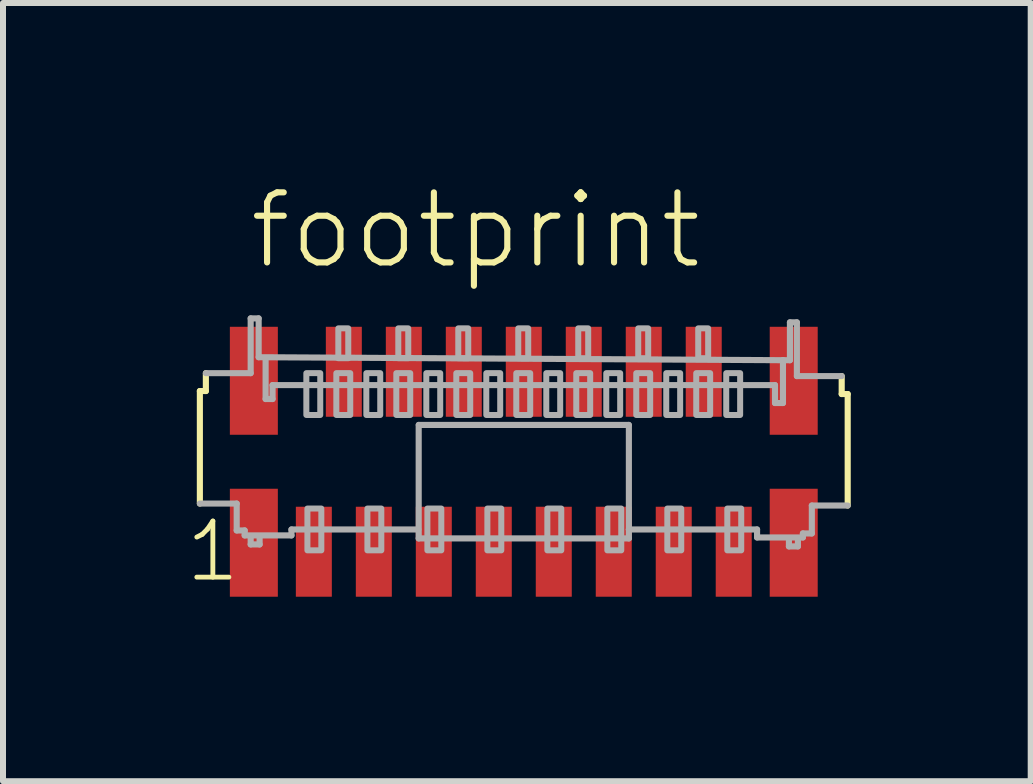
<source format=kicad_pcb>
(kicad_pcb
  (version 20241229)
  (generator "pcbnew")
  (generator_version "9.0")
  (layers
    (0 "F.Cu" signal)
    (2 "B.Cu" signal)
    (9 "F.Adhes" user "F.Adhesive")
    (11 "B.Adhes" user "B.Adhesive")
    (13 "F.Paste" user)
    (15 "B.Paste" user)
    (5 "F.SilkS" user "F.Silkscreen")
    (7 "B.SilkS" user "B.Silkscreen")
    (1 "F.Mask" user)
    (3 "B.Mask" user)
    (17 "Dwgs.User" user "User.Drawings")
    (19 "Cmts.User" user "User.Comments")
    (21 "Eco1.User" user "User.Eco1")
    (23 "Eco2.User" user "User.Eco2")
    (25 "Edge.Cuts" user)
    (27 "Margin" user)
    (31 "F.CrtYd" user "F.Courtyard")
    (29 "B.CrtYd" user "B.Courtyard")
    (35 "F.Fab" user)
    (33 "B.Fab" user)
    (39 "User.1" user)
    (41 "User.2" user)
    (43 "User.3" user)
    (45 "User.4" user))
  (footprint "footprint"
    (layer "F.Cu")
    (at 5.682 4.648)
    (property "Reference" "footprint" (at -4.625 -3.175 0) (layer "F.SilkS") (effects (font (size 1.168 1.168) (thickness 0.102)) (justify left bottom)))
    (fp_poly (pts (xy -4.9 -0.45) (xy -4.1 -0.45) (xy -4.1 -2.25) (xy -4.9 -2.25)) (stroke (width 0) (type solid)) (fill yes) (layer "F.Cu"))
    (fp_poly (pts (xy -4.9 2.25) (xy -4.1 2.25) (xy -4.1 0.45) (xy -4.9 0.45)) (stroke (width 0) (type solid)) (fill yes) (layer "F.Cu"))
    (fp_poly (pts (xy 4.9 -2.25) (xy 4.1 -2.25) (xy 4.1 -0.45) (xy 4.9 -0.45)) (stroke (width 0) (type solid)) (fill yes) (layer "F.Cu"))
    (fp_poly (pts (xy 4.9 0.45) (xy 4.1 0.45) (xy 4.1 2.25) (xy 4.9 2.25)) (stroke (width 0) (type solid)) (fill yes) (layer "F.Cu"))
    (fp_poly (pts (xy -4.975 -0.375) (xy -4.025 -0.375) (xy -4.025 -2.325) (xy -4.975 -2.325)) (stroke (width 0) (type solid)) (fill yes) (layer "F.Mask"))
    (fp_poly (pts (xy -4.975 2.325) (xy -4.025 2.325) (xy -4.025 0.375) (xy -4.975 0.375)) (stroke (width 0) (type solid)) (fill yes) (layer "F.Mask"))
    (fp_poly (pts (xy -3.85 2.3) (xy -3.15 2.3) (xy -3.15 0.7) (xy -3.85 0.7)) (stroke (width 0) (type solid)) (fill yes) (layer "F.Mask"))
    (fp_poly (pts (xy -3.35 -0.7) (xy -2.65 -0.7) (xy -2.65 -2.3) (xy -3.35 -2.3)) (stroke (width 0) (type solid)) (fill yes) (layer "F.Mask"))
    (fp_poly (pts (xy -2.85 2.3) (xy -2.15 2.3) (xy -2.15 0.7) (xy -2.85 0.7)) (stroke (width 0) (type solid)) (fill yes) (layer "F.Mask"))
    (fp_poly (pts (xy -2.35 -0.7) (xy -1.65 -0.7) (xy -1.65 -2.3) (xy -2.35 -2.3)) (stroke (width 0) (type solid)) (fill yes) (layer "F.Mask"))
    (fp_poly (pts (xy -1.85 2.3) (xy -1.15 2.3) (xy -1.15 0.7) (xy -1.85 0.7)) (stroke (width 0) (type solid)) (fill yes) (layer "F.Mask"))
    (fp_poly (pts (xy -1.35 -0.7) (xy -0.65 -0.7) (xy -0.65 -2.3) (xy -1.35 -2.3)) (stroke (width 0) (type solid)) (fill yes) (layer "F.Mask"))
    (fp_poly (pts (xy -0.85 2.3) (xy -0.15 2.3) (xy -0.15 0.7) (xy -0.85 0.7)) (stroke (width 0) (type solid)) (fill yes) (layer "F.Mask"))
    (fp_poly (pts (xy -0.35 -0.7) (xy 0.35 -0.7) (xy 0.35 -2.3) (xy -0.35 -2.3)) (stroke (width 0) (type solid)) (fill yes) (layer "F.Mask"))
    (fp_poly (pts (xy 0.15 2.3) (xy 0.85 2.3) (xy 0.85 0.7) (xy 0.15 0.7)) (stroke (width 0) (type solid)) (fill yes) (layer "F.Mask"))
    (fp_poly (pts (xy 0.65 -0.7) (xy 1.35 -0.7) (xy 1.35 -2.3) (xy 0.65 -2.3)) (stroke (width 0) (type solid)) (fill yes) (layer "F.Mask"))
    (fp_poly (pts (xy 1.15 2.3) (xy 1.85 2.3) (xy 1.85 0.7) (xy 1.15 0.7)) (stroke (width 0) (type solid)) (fill yes) (layer "F.Mask"))
    (fp_poly (pts (xy 1.65 -0.7) (xy 2.35 -0.7) (xy 2.35 -2.3) (xy 1.65 -2.3)) (stroke (width 0) (type solid)) (fill yes) (layer "F.Mask"))
    (fp_poly (pts (xy 2.15 2.3) (xy 2.85 2.3) (xy 2.85 0.7) (xy 2.15 0.7)) (stroke (width 0) (type solid)) (fill yes) (layer "F.Mask"))
    (fp_poly (pts (xy 2.65 -0.7) (xy 3.35 -0.7) (xy 3.35 -2.3) (xy 2.65 -2.3)) (stroke (width 0) (type solid)) (fill yes) (layer "F.Mask"))
    (fp_poly (pts (xy 3.15 2.3) (xy 3.85 2.3) (xy 3.85 0.7) (xy 3.15 0.7)) (stroke (width 0) (type solid)) (fill yes) (layer "F.Mask"))
    (fp_poly (pts (xy 4.975 -2.325) (xy 4.025 -2.325) (xy 4.025 -0.375) (xy 4.975 -0.375)) (stroke (width 0) (type solid)) (fill yes) (layer "F.Mask"))
    (fp_poly (pts (xy 4.975 0.375) (xy 4.025 0.375) (xy 4.025 2.325) (xy 4.975 2.325)) (stroke (width 0) (type solid)) (fill yes) (layer "F.Mask"))
    (fp_line (start -5.4 -1.179) (end -5.3 -1.179) (stroke (width 0.102) (type solid)) (layer "F.SilkS"))
    (fp_line (start -5.4 0.697) (end -5.4 -1.179) (stroke (width 0.102) (type solid)) (layer "F.SilkS"))
    (fp_line (start -5.3 -1.179) (end -5.3 -1.477) (stroke (width 0.102) (type solid)) (layer "F.SilkS"))
    (fp_line (start 5.3 -1.428) (end 5.3 -1.129) (stroke (width 0.102) (type solid)) (layer "F.SilkS"))
    (fp_line (start 5.3 -1.129) (end 5.4 -1.129) (stroke (width 0.102) (type solid)) (layer "F.SilkS"))
    (fp_line (start 5.4 -1.129) (end 5.4 0.73) (stroke (width 0.102) (type solid)) (layer "F.SilkS"))
    (fp_line (start -5.3 -1.477) (end -4.553 -1.477) (stroke (width 0.102) (type solid)) (layer "F.Fab"))
    (fp_line (start -4.786 0.697) (end -5.4 0.697) (stroke (width 0.102) (type solid)) (layer "F.Fab"))
    (fp_line (start -4.786 1.145) (end -4.786 0.697) (stroke (width 0.102) (type solid)) (layer "F.Fab"))
    (fp_line (start -4.653 1.145) (end -4.786 1.145) (stroke (width 0.102) (type solid)) (layer "F.Fab"))
    (fp_line (start -4.653 1.228) (end -4.653 1.145) (stroke (width 0.102) (type solid)) (layer "F.Fab"))
    (fp_line (start -4.553 -2.39) (end -4.42 -2.39) (stroke (width 0.102) (type solid)) (layer "F.Fab"))
    (fp_line (start -4.553 -1.477) (end -4.553 -2.39) (stroke (width 0.102) (type solid)) (layer "F.Fab"))
    (fp_line (start -4.553 1.278) (end -4.553 1.378) (stroke (width 0.102) (type solid)) (layer "F.Fab"))
    (fp_line (start -4.553 1.378) (end -4.404 1.378) (stroke (width 0.102) (type solid)) (layer "F.Fab"))
    (fp_line (start -4.42 -2.39) (end -4.42 -1.743) (stroke (width 0.102) (type solid)) (layer "F.Fab"))
    (fp_line (start -4.404 1.378) (end -4.404 1.278) (stroke (width 0.102) (type solid)) (layer "F.Fab"))
    (fp_line (start -4.304 -1.71) (end -4.304 -1.046) (stroke (width 0.102) (type solid)) (layer "F.Fab"))
    (fp_line (start -4.304 -1.046) (end -4.188 -1.046) (stroke (width 0.102) (type solid)) (layer "F.Fab"))
    (fp_line (start -4.188 -1.278) (end 4.188 -1.278) (stroke (width 0.102) (type solid)) (layer "F.Fab"))
    (fp_line (start -4.188 -1.046) (end -4.188 -1.278) (stroke (width 0.102) (type solid)) (layer "F.Fab"))
    (fp_line (start -3.873 1.129) (end -3.873 1.228) (stroke (width 0.102) (type solid)) (layer "F.Fab"))
    (fp_line (start -3.873 1.228) (end -4.653 1.228) (stroke (width 0.102) (type solid)) (layer "F.Fab"))
    (fp_line (start -1.758 1.129) (end -3.873 1.129) (stroke (width 0.102) (type solid)) (layer "F.Fab"))
    (fp_line (start -1.752 1.278) (end -1.752 -0.614) (stroke (width 0.102) (type solid)) (layer "F.Fab"))
    (fp_line (start -1.75 -0.614) (end 1.75 -0.614) (stroke (width 0.102) (type solid)) (layer "F.Fab"))
    (fp_line (start 1.752 -0.614) (end 1.752 1.129) (stroke (width 0.102) (type solid)) (layer "F.Fab"))
    (fp_line (start 1.752 1.129) (end 1.752 1.278) (stroke (width 0.102) (type solid)) (layer "F.Fab"))
    (fp_line (start 1.752 1.278) (end -1.752 1.278) (stroke (width 0.102) (type solid)) (layer "F.Fab"))
    (fp_line (start 3.889 1.129) (end 1.752 1.129) (stroke (width 0.102) (type solid)) (layer "F.Fab"))
    (fp_line (start 3.889 1.262) (end 3.889 1.129) (stroke (width 0.102) (type solid)) (layer "F.Fab"))
    (fp_line (start 4.188 -1.278) (end 4.188 -0.979) (stroke (width 0.102) (type solid)) (layer "F.Fab"))
    (fp_line (start 4.188 -0.979) (end 4.321 -0.979) (stroke (width 0.102) (type solid)) (layer "F.Fab"))
    (fp_line (start 4.321 -1.693) (end -4.42 -1.743) (stroke (width 0.102) (type solid)) (layer "F.Fab"))
    (fp_line (start 4.321 -0.979) (end 4.321 -1.693) (stroke (width 0.102) (type solid)) (layer "F.Fab"))
    (fp_line (start 4.42 1.311) (end 4.42 1.411) (stroke (width 0.102) (type solid)) (layer "F.Fab"))
    (fp_line (start 4.42 1.411) (end 4.57 1.411) (stroke (width 0.102) (type solid)) (layer "F.Fab"))
    (fp_line (start 4.437 -2.324) (end 4.437 -1.693) (stroke (width 0.102) (type solid)) (layer "F.Fab"))
    (fp_line (start 4.437 -2.324) (end 4.553 -2.324) (stroke (width 0.102) (type solid)) (layer "F.Fab"))
    (fp_line (start 4.437 -1.693) (end 4.321 -1.693) (stroke (width 0.102) (type solid)) (layer "F.Fab"))
    (fp_line (start 4.553 -2.324) (end 4.553 -1.428) (stroke (width 0.102) (type solid)) (layer "F.Fab"))
    (fp_line (start 4.553 -1.428) (end 5.3 -1.428) (stroke (width 0.102) (type solid)) (layer "F.Fab"))
    (fp_line (start 4.57 1.411) (end 4.57 1.311) (stroke (width 0.102) (type solid)) (layer "F.Fab"))
    (fp_line (start 4.653 1.195) (end 4.653 1.262) (stroke (width 0.102) (type solid)) (layer "F.Fab"))
    (fp_line (start 4.653 1.262) (end 3.889 1.262) (stroke (width 0.102) (type solid)) (layer "F.Fab"))
    (fp_line (start 4.802 0.73) (end 4.802 1.195) (stroke (width 0.102) (type solid)) (layer "F.Fab"))
    (fp_line (start 4.802 1.195) (end 4.653 1.195) (stroke (width 0.102) (type solid)) (layer "F.Fab"))
    (fp_line (start 5.4 0.73) (end 4.802 0.73) (stroke (width 0.102) (type solid)) (layer "F.Fab"))
    (fp_poly (pts (xy -3.625 -0.78) (xy -3.393 -0.78) (xy -3.393 -1.477) (xy -3.625 -1.477)) (stroke (width 0.1) (type solid)) (fill no) (layer "F.Fab"))
    (fp_poly (pts (xy -3.375 0.78) (xy -3.607 0.78) (xy -3.607 1.477) (xy -3.375 1.477)) (stroke (width 0.1) (type solid)) (fill no) (layer "F.Fab"))
    (fp_poly (pts (xy -3.125 -0.78) (xy -2.893 -0.78) (xy -2.893 -1.477) (xy -3.125 -1.477)) (stroke (width 0.1) (type solid)) (fill no) (layer "F.Fab"))
    (fp_poly (pts (xy -3.092 -1.726) (xy -2.926 -1.726) (xy -2.926 -2.224) (xy -3.092 -2.224)) (stroke (width 0.1) (type solid)) (fill no) (layer "F.Fab"))
    (fp_poly (pts (xy -2.625 -0.78) (xy -2.393 -0.78) (xy -2.393 -1.477) (xy -2.625 -1.477)) (stroke (width 0.1) (type solid)) (fill no) (layer "F.Fab"))
    (fp_poly (pts (xy -2.375 0.78) (xy -2.607 0.78) (xy -2.607 1.477) (xy -2.375 1.477)) (stroke (width 0.1) (type solid)) (fill no) (layer "F.Fab"))
    (fp_poly (pts (xy -2.125 -0.78) (xy -1.893 -0.78) (xy -1.893 -1.477) (xy -2.125 -1.477)) (stroke (width 0.1) (type solid)) (fill no) (layer "F.Fab"))
    (fp_poly (pts (xy -2.092 -1.726) (xy -1.926 -1.726) (xy -1.926 -2.224) (xy -2.092 -2.224)) (stroke (width 0.1) (type solid)) (fill no) (layer "F.Fab"))
    (fp_poly (pts (xy -1.625 -0.78) (xy -1.393 -0.78) (xy -1.393 -1.477) (xy -1.625 -1.477)) (stroke (width 0.1) (type solid)) (fill no) (layer "F.Fab"))
    (fp_poly (pts (xy -1.375 0.78) (xy -1.607 0.78) (xy -1.607 1.477) (xy -1.375 1.477)) (stroke (width 0.1) (type solid)) (fill no) (layer "F.Fab"))
    (fp_poly (pts (xy -1.125 -0.78) (xy -0.893 -0.78) (xy -0.893 -1.477) (xy -1.125 -1.477)) (stroke (width 0.1) (type solid)) (fill no) (layer "F.Fab"))
    (fp_poly (pts (xy -1.092 -1.726) (xy -0.926 -1.726) (xy -0.926 -2.224) (xy -1.092 -2.224)) (stroke (width 0.1) (type solid)) (fill no) (layer "F.Fab"))
    (fp_poly (pts (xy -0.625 -0.78) (xy -0.393 -0.78) (xy -0.393 -1.477) (xy -0.625 -1.477)) (stroke (width 0.1) (type solid)) (fill no) (layer "F.Fab"))
    (fp_poly (pts (xy -0.375 0.78) (xy -0.607 0.78) (xy -0.607 1.477) (xy -0.375 1.477)) (stroke (width 0.1) (type solid)) (fill no) (layer "F.Fab"))
    (fp_poly (pts (xy -0.125 -0.78) (xy 0.107 -0.78) (xy 0.107 -1.477) (xy -0.125 -1.477)) (stroke (width 0.1) (type solid)) (fill no) (layer "F.Fab"))
    (fp_poly (pts (xy -0.092 -1.726) (xy 0.074 -1.726) (xy 0.074 -2.224) (xy -0.092 -2.224)) (stroke (width 0.1) (type solid)) (fill no) (layer "F.Fab"))
    (fp_poly (pts (xy 0.375 -0.78) (xy 0.607 -0.78) (xy 0.607 -1.477) (xy 0.375 -1.477)) (stroke (width 0.1) (type solid)) (fill no) (layer "F.Fab"))
    (fp_poly (pts (xy 0.625 0.78) (xy 0.393 0.78) (xy 0.393 1.477) (xy 0.625 1.477)) (stroke (width 0.1) (type solid)) (fill no) (layer "F.Fab"))
    (fp_poly (pts (xy 0.875 -0.78) (xy 1.107 -0.78) (xy 1.107 -1.477) (xy 0.875 -1.477)) (stroke (width 0.1) (type solid)) (fill no) (layer "F.Fab"))
    (fp_poly (pts (xy 0.908 -1.726) (xy 1.074 -1.726) (xy 1.074 -2.224) (xy 0.908 -2.224)) (stroke (width 0.1) (type solid)) (fill no) (layer "F.Fab"))
    (fp_poly (pts (xy 1.375 -0.78) (xy 1.607 -0.78) (xy 1.607 -1.477) (xy 1.375 -1.477)) (stroke (width 0.1) (type solid)) (fill no) (layer "F.Fab"))
    (fp_poly (pts (xy 1.625 0.78) (xy 1.393 0.78) (xy 1.393 1.477) (xy 1.625 1.477)) (stroke (width 0.1) (type solid)) (fill no) (layer "F.Fab"))
    (fp_poly (pts (xy 1.875 -0.78) (xy 2.107 -0.78) (xy 2.107 -1.477) (xy 1.875 -1.477)) (stroke (width 0.1) (type solid)) (fill no) (layer "F.Fab"))
    (fp_poly (pts (xy 1.908 -1.726) (xy 2.074 -1.726) (xy 2.074 -2.224) (xy 1.908 -2.224)) (stroke (width 0.1) (type solid)) (fill no) (layer "F.Fab"))
    (fp_poly (pts (xy 2.375 -0.78) (xy 2.607 -0.78) (xy 2.607 -1.477) (xy 2.375 -1.477)) (stroke (width 0.1) (type solid)) (fill no) (layer "F.Fab"))
    (fp_poly (pts (xy 2.625 0.78) (xy 2.393 0.78) (xy 2.393 1.477) (xy 2.625 1.477)) (stroke (width 0.1) (type solid)) (fill no) (layer "F.Fab"))
    (fp_poly (pts (xy 2.875 -0.78) (xy 3.107 -0.78) (xy 3.107 -1.477) (xy 2.875 -1.477)) (stroke (width 0.1) (type solid)) (fill no) (layer "F.Fab"))
    (fp_poly (pts (xy 2.908 -1.726) (xy 3.074 -1.726) (xy 3.074 -2.224) (xy 2.908 -2.224)) (stroke (width 0.1) (type solid)) (fill no) (layer "F.Fab"))
    (fp_poly (pts (xy 3.375 -0.78) (xy 3.607 -0.78) (xy 3.607 -1.477) (xy 3.375 -1.477)) (stroke (width 0.1) (type solid)) (fill no) (layer "F.Fab"))
    (fp_poly (pts (xy 3.625 0.78) (xy 3.393 0.78) (xy 3.393 1.477) (xy 3.625 1.477)) (stroke (width 0.1) (type solid)) (fill no) (layer "F.Fab"))
    (fp_text user "1" (at -5.682 2.042 0) (layer "F.SilkS") (effects (font (size 0.935 0.935) (thickness 0.081)) (justify left bottom)))
    (pad "1" smd rect (at -3.5 1.5) (size 0.6 1.5) (layers "F.Cu"))
    (pad "2" smd rect (at -3 -1.5) (size 0.6 1.5) (layers "F.Cu"))
    (pad "3" smd rect (at -2.5 1.5) (size 0.6 1.5) (layers "F.Cu"))
    (pad "4" smd rect (at -2 -1.5) (size 0.6 1.5) (layers "F.Cu"))
    (pad "5" smd rect (at -1.5 1.5) (size 0.6 1.5) (layers "F.Cu"))
    (pad "6" smd rect (at -1 -1.5) (size 0.6 1.5) (layers "F.Cu"))
    (pad "7" smd rect (at -0.5 1.5) (size 0.6 1.5) (layers "F.Cu"))
    (pad "8" smd rect (at 0 -1.5) (size 0.6 1.5) (layers "F.Cu"))
    (pad "9" smd rect (at 0.5 1.5) (size 0.6 1.5) (layers "F.Cu"))
    (pad "10" smd rect (at 1 -1.5) (size 0.6 1.5) (layers "F.Cu"))
    (pad "11" smd rect (at 1.5 1.5) (size 0.6 1.5) (layers "F.Cu"))
    (pad "12" smd rect (at 2 -1.5) (size 0.6 1.5) (layers "F.Cu"))
    (pad "13" smd rect (at 2.5 1.5) (size 0.6 1.5) (layers "F.Cu"))
    (pad "14" smd rect (at 3 -1.5) (size 0.6 1.5) (layers "F.Cu"))
    (pad "15" smd rect (at 3.5 1.5) (size 0.6 1.5) (layers "F.Cu")))
  (gr_rect
    (start -3 -3)
    (end 14.133 9.973)
    (stroke (width 0.1) (type default))
    (fill no)
    (layer "Edge.Cuts")))
</source>
